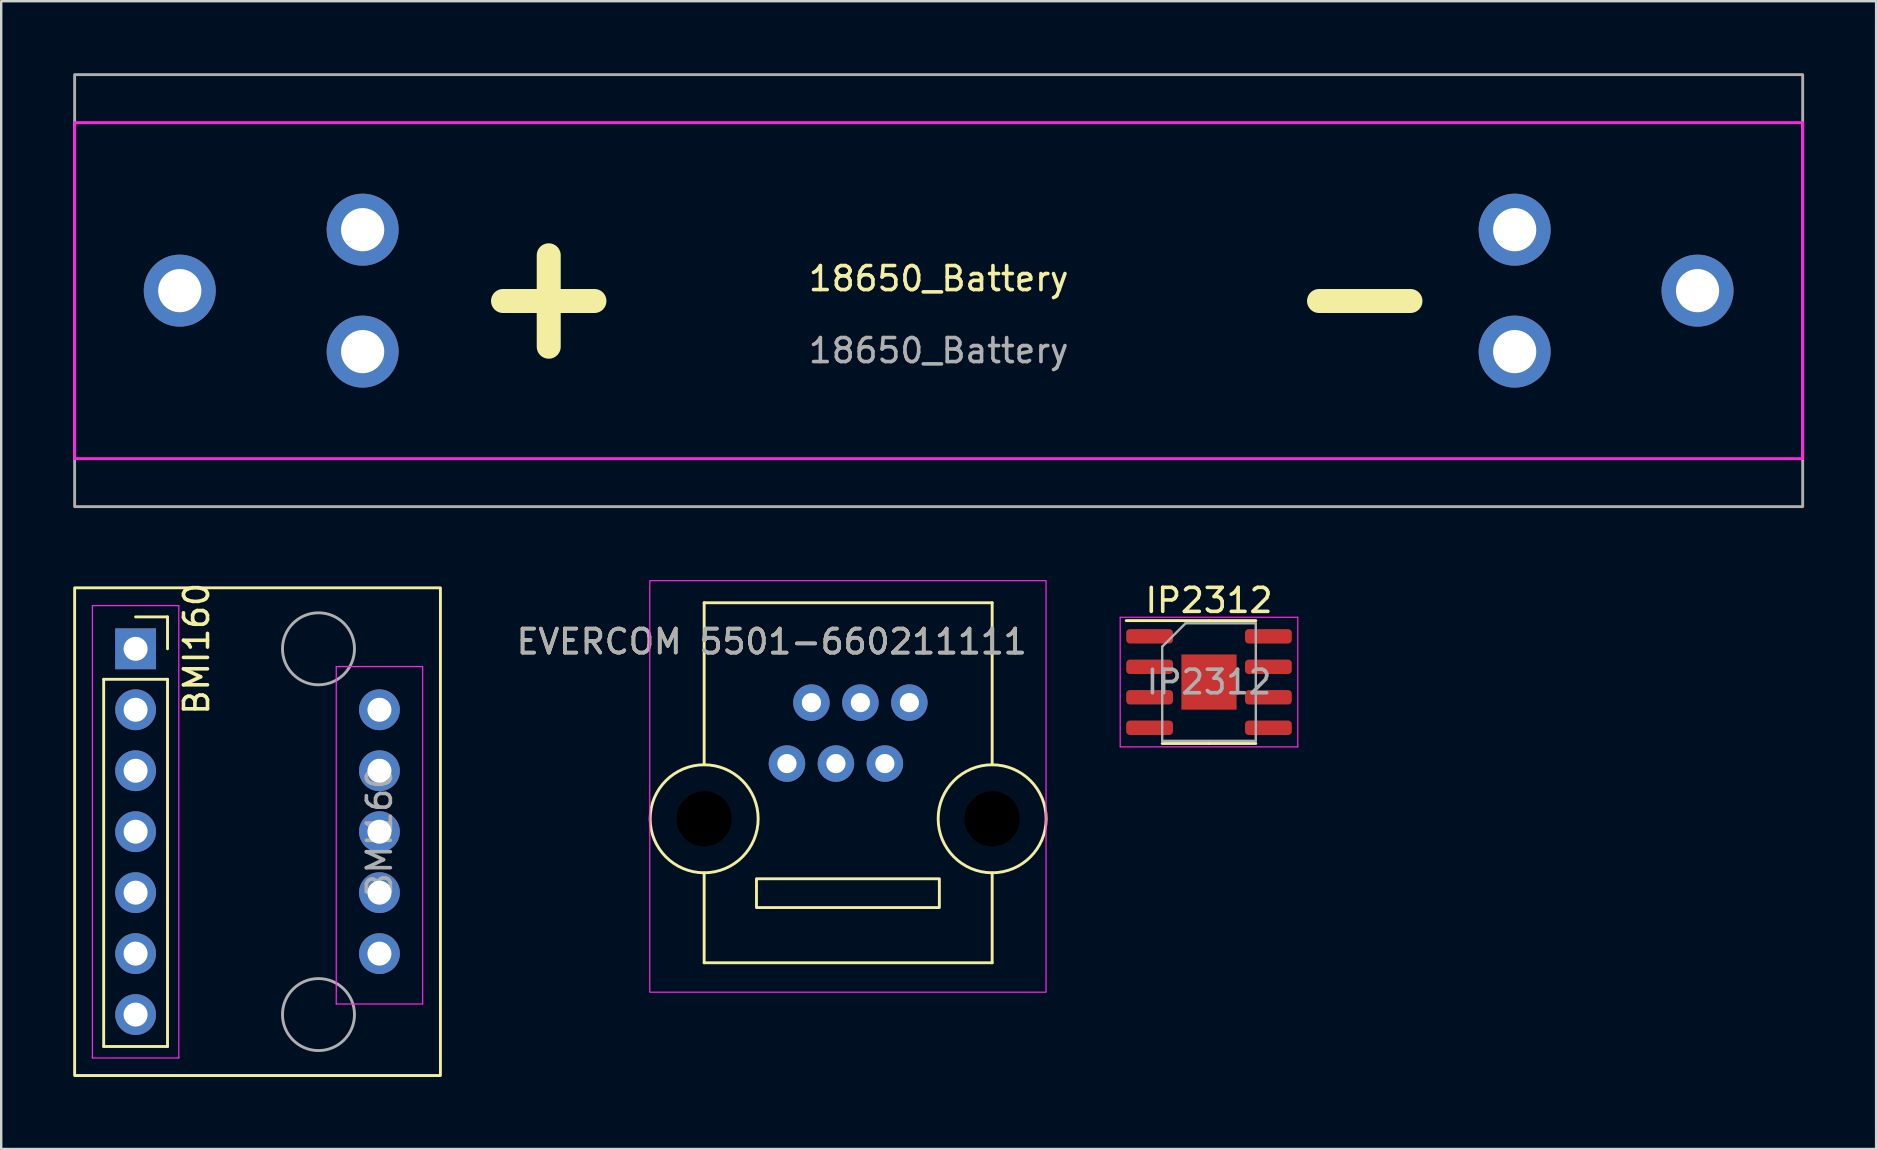
<source format=kicad_pcb>
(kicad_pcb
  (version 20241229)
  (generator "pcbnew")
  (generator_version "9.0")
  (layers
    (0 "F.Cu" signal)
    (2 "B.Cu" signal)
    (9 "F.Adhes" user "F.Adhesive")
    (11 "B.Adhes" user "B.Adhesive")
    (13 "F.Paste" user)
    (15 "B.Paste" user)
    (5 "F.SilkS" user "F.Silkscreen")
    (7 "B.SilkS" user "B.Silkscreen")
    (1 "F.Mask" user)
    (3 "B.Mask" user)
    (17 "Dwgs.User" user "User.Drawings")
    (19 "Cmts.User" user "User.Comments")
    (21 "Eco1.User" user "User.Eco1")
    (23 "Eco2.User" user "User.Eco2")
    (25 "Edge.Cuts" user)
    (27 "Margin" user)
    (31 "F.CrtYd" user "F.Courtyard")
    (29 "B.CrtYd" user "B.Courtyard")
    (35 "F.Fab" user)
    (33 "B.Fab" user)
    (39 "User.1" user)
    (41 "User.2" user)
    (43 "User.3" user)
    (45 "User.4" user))
  (footprint "IP2312"
    (layer "F.Cu")
    (at 47.324 25.368)
    (property "Reference" "IP2312" (at 0 -3.4 0) (layer "F.SilkS") (effects (font (size 1 1) (thickness 0.15))))
    (attr smd)
    (fp_line (start 0 -2.56) (end -3.45 -2.56) (stroke (width 0.12) (type solid)) (layer "F.SilkS"))
    (fp_line (start 0 -2.56) (end 1.95 -2.56) (stroke (width 0.12) (type solid)) (layer "F.SilkS"))
    (fp_line (start 0 2.56) (end -1.95 2.56) (stroke (width 0.12) (type solid)) (layer "F.SilkS"))
    (fp_line (start 0 2.56) (end 1.95 2.56) (stroke (width 0.12) (type solid)) (layer "F.SilkS"))
    (fp_line (start -3.7 -2.7) (end -3.7 2.7) (stroke (width 0.05) (type solid)) (layer "F.CrtYd"))
    (fp_line (start -3.7 2.7) (end 3.7 2.7) (stroke (width 0.05) (type solid)) (layer "F.CrtYd"))
    (fp_line (start 3.7 -2.7) (end -3.7 -2.7) (stroke (width 0.05) (type solid)) (layer "F.CrtYd"))
    (fp_line (start 3.7 2.7) (end 3.7 -2.7) (stroke (width 0.05) (type solid)) (layer "F.CrtYd"))
    (fp_line (start -1.95 -1.475) (end -0.975 -2.45) (stroke (width 0.1) (type solid)) (layer "F.Fab"))
    (fp_line (start -1.95 2.45) (end -1.95 -1.475) (stroke (width 0.1) (type solid)) (layer "F.Fab"))
    (fp_line (start -0.975 -2.45) (end 1.95 -2.45) (stroke (width 0.1) (type solid)) (layer "F.Fab"))
    (fp_line (start 1.95 -2.45) (end 1.95 2.45) (stroke (width 0.1) (type solid)) (layer "F.Fab"))
    (fp_line (start 1.95 2.45) (end -1.95 2.45) (stroke (width 0.1) (type solid)) (layer "F.Fab"))
    (fp_text user "${REFERENCE}" (at 0 0 0) (layer "F.Fab") (effects (font (size 0.98 0.98) (thickness 0.15))))
    (pad "" smd roundrect (at -0.575 -0.575) (size 0.93 0.93) (layers "F.Paste") (roundrect_rratio 0.25))
    (pad "" smd roundrect (at -0.575 0.575) (size 0.93 0.93) (layers "F.Paste") (roundrect_rratio 0.25))
    (pad "" smd roundrect (at 0.575 -0.575) (size 0.93 0.93) (layers "F.Paste") (roundrect_rratio 0.25))
    (pad "" smd roundrect (at 0.575 0.575) (size 0.93 0.93) (layers "F.Paste") (roundrect_rratio 0.25))
    (pad "1" smd roundrect (at -2.475 -1.905) (size 1.95 0.6) (layers "F.Cu" "F.Mask" "F.Paste") (roundrect_rratio 0.25))
    (pad "2" smd roundrect (at -2.475 -0.635) (size 1.95 0.6) (layers "F.Cu" "F.Mask" "F.Paste") (roundrect_rratio 0.25))
    (pad "3" smd roundrect (at -2.475 0.635) (size 1.95 0.6) (layers "F.Cu" "F.Mask" "F.Paste") (roundrect_rratio 0.25))
    (pad "4" smd roundrect (at -2.475 1.905) (size 1.95 0.6) (layers "F.Cu" "F.Mask" "F.Paste") (roundrect_rratio 0.25))
    (pad "5" smd roundrect (at 2.475 1.905) (size 1.95 0.6) (layers "F.Cu" "F.Mask" "F.Paste") (roundrect_rratio 0.25))
    (pad "6" smd roundrect (at 2.475 0.635) (size 1.95 0.6) (layers "F.Cu" "F.Mask" "F.Paste") (roundrect_rratio 0.25))
    (pad "7" smd roundrect (at 2.475 -0.635) (size 1.95 0.6) (layers "F.Cu" "F.Mask" "F.Paste") (roundrect_rratio 0.25))
    (pad "8" smd roundrect (at 2.475 -1.905) (size 1.95 0.6) (layers "F.Cu" "F.Mask" "F.Paste") (roundrect_rratio 0.25))
    (pad "9" smd rect (at 0 0) (size 2.3 2.3) (layers "F.Cu" "F.Mask")))
  (footprint "BMI160"
    (layer "F.Cu")
    (at 12.76 23.983)
    (property "Reference" "BMI160" (at -7.62 0 90) (layer "F.SilkS") (effects (font (size 1 1) (thickness 0.15))))
    (attr through_hole)
    (fp_line (start -11.49 1.27) (end -11.49 16.57) (stroke (width 0.12) (type solid)) (layer "F.SilkS"))
    (fp_line (start -8.83 -1.33) (end -10.16 -1.33) (stroke (width 0.12) (type solid)) (layer "F.SilkS"))
    (fp_line (start -8.83 0) (end -8.83 -1.33) (stroke (width 0.12) (type solid)) (layer "F.SilkS"))
    (fp_line (start -8.83 1.27) (end -11.49 1.27) (stroke (width 0.12) (type solid)) (layer "F.SilkS"))
    (fp_line (start -8.83 1.27) (end -8.83 16.57) (stroke (width 0.12) (type solid)) (layer "F.SilkS"))
    (fp_line (start -8.83 16.57) (end -11.49 16.57) (stroke (width 0.12) (type solid)) (layer "F.SilkS"))
    (fp_rect (start 2.54 -2.54) (end -12.7 17.78) (stroke (width 0.12) (type solid)) (fill no) (layer "F.SilkS"))
    (fp_line (start -11.96 -1.8) (end -8.36 -1.8) (stroke (width 0.05) (type solid)) (layer "F.CrtYd"))
    (fp_line (start -11.96 17.05) (end -11.96 -1.8) (stroke (width 0.05) (type solid)) (layer "F.CrtYd"))
    (fp_line (start -8.36 -1.8) (end -8.36 17.05) (stroke (width 0.05) (type solid)) (layer "F.CrtYd"))
    (fp_line (start -8.36 17.05) (end -11.96 17.05) (stroke (width 0.05) (type solid)) (layer "F.CrtYd"))
    (fp_line (start -1.8 0.74) (end 1.8 0.74) (stroke (width 0.05) (type solid)) (layer "F.CrtYd"))
    (fp_line (start -1.8 14.8) (end -1.8 0.74) (stroke (width 0.05) (type solid)) (layer "F.CrtYd"))
    (fp_line (start 1.8 0.74) (end 1.8 14.8) (stroke (width 0.05) (type solid)) (layer "F.CrtYd"))
    (fp_line (start 1.8 14.8) (end -1.8 14.8) (stroke (width 0.05) (type solid)) (layer "F.CrtYd"))
    (fp_circle (center -2.54 0) (end -1.04 0) (stroke (width 0.12) (type solid)) (fill no) (layer "F.Fab"))
    (fp_circle (center -2.54 15.24) (end -1.04 15.24) (stroke (width 0.12) (type solid)) (fill no) (layer "F.Fab"))
    (fp_text user "${REFERENCE}" (at 0 7.62 90) (layer "F.Fab") (effects (font (size 1 1) (thickness 0.15))))
    (pad "1" thru_hole rect (at -10.16 0) (size 1.7 1.7) (drill 1) (layers "*.Cu" "*.Mask"))
    (pad "2" thru_hole oval (at -10.16 2.54) (size 1.7 1.7) (drill 1) (layers "*.Cu" "*.Mask"))
    (pad "3" thru_hole oval (at -10.16 5.08) (size 1.7 1.7) (drill 1) (layers "*.Cu" "*.Mask"))
    (pad "4" thru_hole oval (at -10.16 7.62) (size 1.7 1.7) (drill 1) (layers "*.Cu" "*.Mask"))
    (pad "5" thru_hole oval (at -10.16 10.16) (size 1.7 1.7) (drill 1) (layers "*.Cu" "*.Mask"))
    (pad "6" thru_hole oval (at -10.16 12.7) (size 1.7 1.7) (drill 1) (layers "*.Cu" "*.Mask"))
    (pad "7" thru_hole oval (at -10.16 15.24) (size 1.7 1.7) (drill 1) (layers "*.Cu" "*.Mask"))
    (pad "8" thru_hole oval (at 0 12.7) (size 1.7 1.7) (drill 1) (layers "*.Cu" "*.Mask"))
    (pad "9" thru_hole oval (at 0 10.16) (size 1.7 1.7) (drill 1) (layers "*.Cu" "*.Mask"))
    (pad "10" thru_hole oval (at 0 7.62) (size 1.7 1.7) (drill 1) (layers "*.Cu" "*.Mask"))
    (pad "11" thru_hole oval (at 0 5.08) (size 1.7 1.7) (drill 1) (layers "*.Cu" "*.Mask"))
    (pad "12" thru_hole oval (at 0 2.54) (size 1.7 1.7) (drill 1) (layers "*.Cu" "*.Mask")))
  (footprint "EVERCOM 5501-660211111"
    (layer "F.Cu")
    (at 29.739 28.765)
    (property "Reference" "EVERCOM 5501-660211111" (at -0.635 -5.08 0) (layer "F.SilkS") (effects (font (size 1 1) (thickness 0.15))))
    (attr through_hole)
    (fp_line (start -3.45 -6.7) (end -3.45 0.05) (stroke (width 0.12) (type solid)) (layer "F.SilkS"))
    (fp_line (start -3.45 -6.7) (end 8.55 -6.7) (stroke (width 0.12) (type solid)) (layer "F.SilkS"))
    (fp_line (start -3.45 8.3) (end -3.45 4.55) (stroke (width 0.12) (type solid)) (layer "F.SilkS"))
    (fp_line (start -3.45 8.3) (end 8.55 8.3) (stroke (width 0.12) (type solid)) (layer "F.SilkS"))
    (fp_line (start 8.55 -6.7) (end 8.55 0.05) (stroke (width 0.12) (type solid)) (layer "F.SilkS"))
    (fp_line (start 8.55 8.3) (end 8.55 4.55) (stroke (width 0.12) (type solid)) (layer "F.SilkS"))
    (fp_rect (start -1.27 4.8) (end 6.35 6) (stroke (width 0.12) (type solid)) (fill no) (layer "F.SilkS"))
    (fp_circle (center -3.45 2.3) (end -1.2 2.3) (stroke (width 0.12) (type solid)) (fill no) (layer "F.SilkS"))
    (fp_circle (center 8.55 2.3) (end 10.8 2.3) (stroke (width 0.12) (type solid)) (fill no) (layer "F.SilkS"))
    (fp_rect (start 10.795 9.525) (end -5.715 -7.62) (stroke (width 0.05) (type solid)) (fill no) (layer "F.CrtYd"))
    (fp_text user "${REFERENCE}" (at -0.635 -5.08 0) (layer "F.Fab") (effects (font (size 1 1) (thickness 0.15))))
    (pad "" np_thru_hole circle (at -3.45 2.3) (size 2.3 2.3) (drill 2.3) (layers "*.Mask"))
    (pad "" np_thru_hole circle (at 8.55 2.3) (size 2.3 2.3) (drill 2.3) (layers "*.Mask"))
    (pad "1" thru_hole circle (at 5.1 -2.54) (size 1.52 1.52) (drill 0.8) (layers "*.Cu" "*.Mask"))
    (pad "2" thru_hole circle (at 4.08 0) (size 1.52 1.52) (drill 0.8) (layers "*.Cu" "*.Mask"))
    (pad "3" thru_hole circle (at 3.06 -2.54) (size 1.52 1.52) (drill 0.8) (layers "*.Cu" "*.Mask"))
    (pad "4" thru_hole circle (at 2.04 0) (size 1.52 1.52) (drill 0.8) (layers "*.Cu" "*.Mask"))
    (pad "5" thru_hole circle (at 1.02 -2.54) (size 1.52 1.52) (drill 0.8) (layers "*.Cu" "*.Mask"))
    (pad "6" thru_hole circle (at 0 0) (size 1.52 1.52) (drill 0.8) (layers "*.Cu" "*.Mask")))
  (footprint "18650_Battery"
    (layer "F.Cu")
    (at 36.06 9.06)
    (property "Reference" "18650_Battery" (at 0 -0.5 0) (unlocked yes) (layer "F.SilkS") (effects (font (size 1 1) (thickness 0.15))))
    (attr through_hole)
    (fp_rect (start -36 -7) (end 36 7) (stroke (width 0.12) (type default)) (fill no) (layer "F.CrtYd"))
    (fp_rect (start -36 -9) (end 36 9) (stroke (width 0.12) (type default)) (fill no) (layer "F.Fab"))
    (fp_text user "-" (at 14 3 0) (unlocked yes) (layer "F.SilkS") (effects (font (size 5 5) (thickness 1) (bold yes)) (justify left bottom)))
    (fp_text user "+" (at -20 3 0) (unlocked yes) (layer "F.SilkS") (effects (font (size 5 5) (thickness 1) (bold yes)) (justify left bottom)))
    (fp_text user "${REFERENCE}" (at 0 2.5 0) (unlocked yes) (layer "F.Fab") (effects (font (size 1 1) (thickness 0.15))))
    (pad "1" thru_hole circle (at -31.62 0) (size 3 3) (drill 1.8) (layers "*.Cu" "*.Mask"))
    (pad "1" thru_hole circle (at -24 -2.54) (size 3 3) (drill 1.8) (layers "*.Cu" "*.Mask"))
    (pad "1" thru_hole circle (at -24 2.54) (size 3 3) (drill 1.8) (layers "*.Cu" "*.Mask"))
    (pad "2" thru_hole circle (at 24 -2.54) (size 3 3) (drill 1.8) (layers "*.Cu" "*.Mask"))
    (pad "2" thru_hole circle (at 24 2.54) (size 3 3) (drill 1.8) (layers "*.Cu" "*.Mask"))
    (pad "2" thru_hole circle (at 31.62 0) (size 3 3) (drill 1.8) (layers "*.Cu" "*.Mask")))
  (gr_rect
    (start -3 -3)
    (end 75.12 44.823)
    (stroke (width 0.1) (type default))
    (fill no)
    (layer "Edge.Cuts")))
</source>
